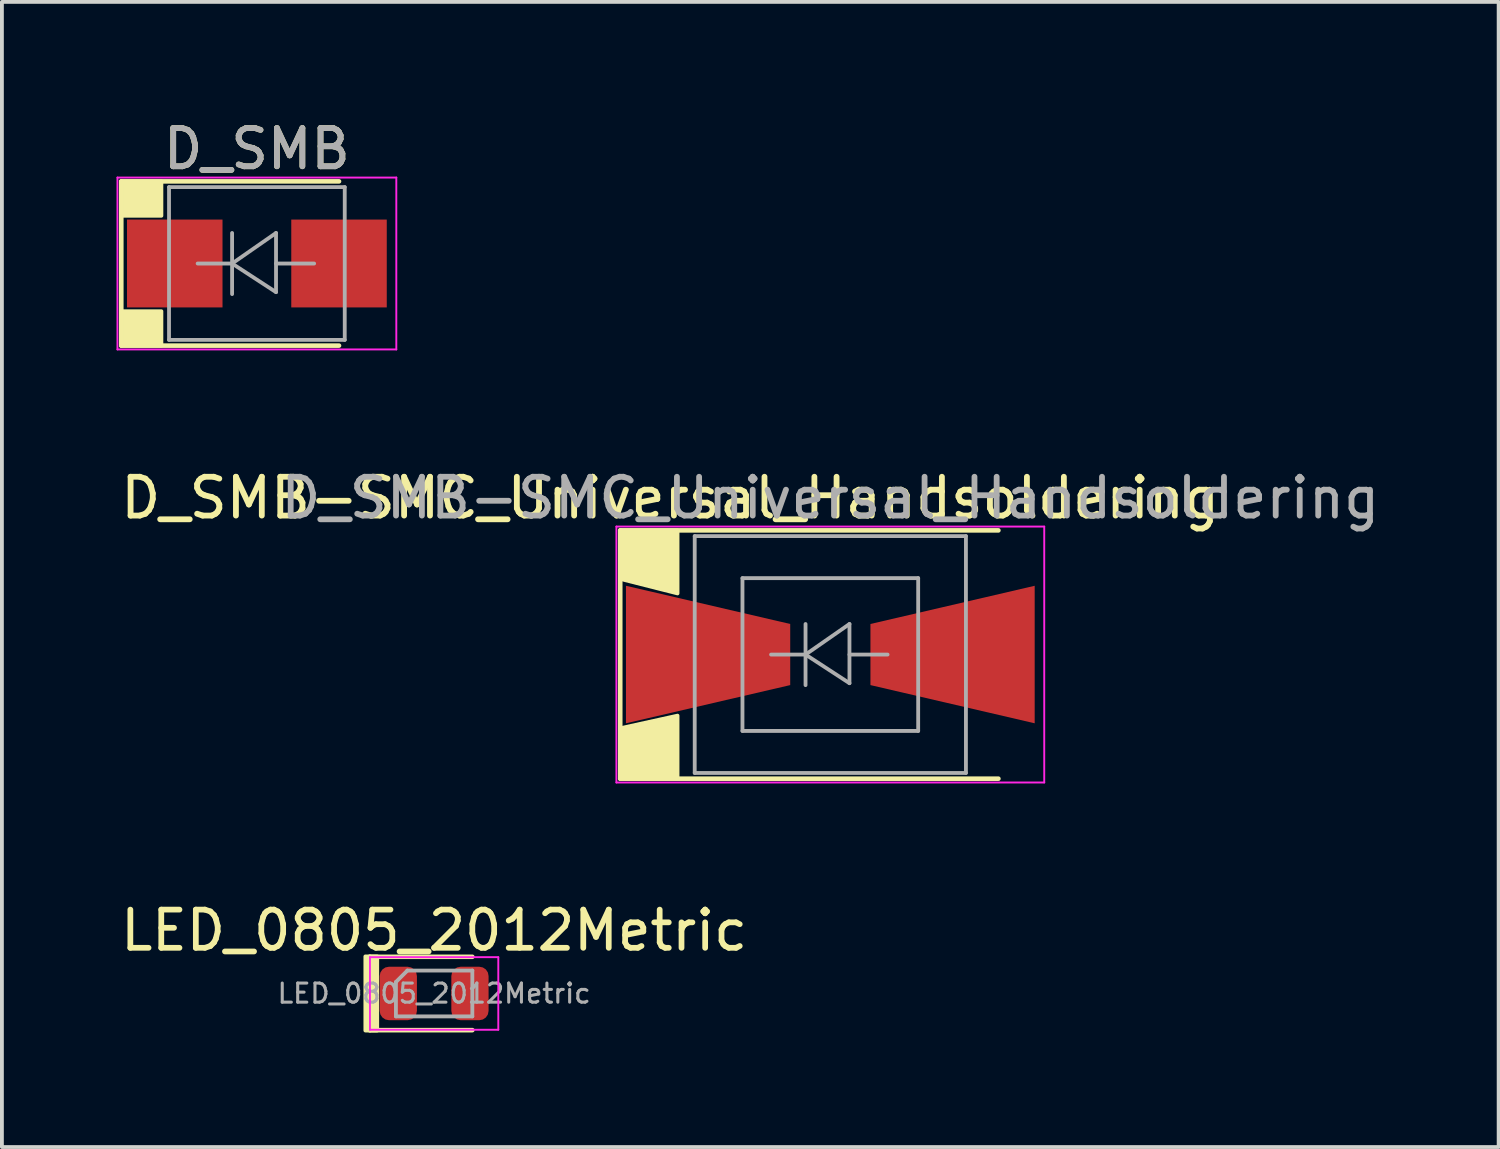
<source format=kicad_pcb>
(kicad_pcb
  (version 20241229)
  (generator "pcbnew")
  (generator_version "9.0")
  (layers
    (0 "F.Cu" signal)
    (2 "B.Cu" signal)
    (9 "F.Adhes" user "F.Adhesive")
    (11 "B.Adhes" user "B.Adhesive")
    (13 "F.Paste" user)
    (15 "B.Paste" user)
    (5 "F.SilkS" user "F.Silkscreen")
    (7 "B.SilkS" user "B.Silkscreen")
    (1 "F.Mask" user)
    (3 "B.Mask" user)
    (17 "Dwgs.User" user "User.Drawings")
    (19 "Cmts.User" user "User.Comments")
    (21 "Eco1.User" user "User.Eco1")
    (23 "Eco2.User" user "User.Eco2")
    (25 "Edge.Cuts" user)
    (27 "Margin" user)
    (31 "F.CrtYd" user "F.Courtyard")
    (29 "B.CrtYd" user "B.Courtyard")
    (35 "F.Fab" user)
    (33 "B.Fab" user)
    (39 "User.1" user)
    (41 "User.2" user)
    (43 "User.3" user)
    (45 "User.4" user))
  (footprint "D_SMB"
    (layer "F.Cu")
    (at 3.675 3.848)
    (property "Reference" "D_SMB" (at 0 -3 0) (layer "F.SilkS") (effects (font (size 1 1) (thickness 0.15))))
    (attr smd)
    (fp_line (start -3.55 -2.15) (end -3.55 2.15) (stroke (width 0.12) (type solid)) (layer "F.SilkS"))
    (fp_line (start -3.55 -2.15) (end 2.15 -2.15) (stroke (width 0.12) (type solid)) (layer "F.SilkS"))
    (fp_line (start -3.55 2.15) (end 2.15 2.15) (stroke (width 0.12) (type solid)) (layer "F.SilkS"))
    (fp_poly (pts (xy -2.5 -1.25) (xy -3.55 -1.25) (xy -3.55 -2.15) (xy -2.5 -2.15)) (stroke (width 0.1) (type solid)) (fill yes) (layer "F.SilkS"))
    (fp_poly (pts (xy -2.5 2.15) (xy -3.55 2.15) (xy -3.55 1.25) (xy -2.5 1.25)) (stroke (width 0.1) (type solid)) (fill yes) (layer "F.SilkS"))
    (fp_line (start -3.65 -2.25) (end 3.65 -2.25) (stroke (width 0.05) (type solid)) (layer "F.CrtYd"))
    (fp_line (start -3.65 2.25) (end -3.65 -2.25) (stroke (width 0.05) (type solid)) (layer "F.CrtYd"))
    (fp_line (start 3.65 -2.25) (end 3.65 2.25) (stroke (width 0.05) (type solid)) (layer "F.CrtYd"))
    (fp_line (start 3.65 2.25) (end -3.65 2.25) (stroke (width 0.05) (type solid)) (layer "F.CrtYd"))
    (fp_line (start -2.3 2) (end -2.3 -2) (stroke (width 0.1) (type solid)) (layer "F.Fab"))
    (fp_line (start -0.649 -0.799) (end -0.649 0.801) (stroke (width 0.1) (type solid)) (layer "F.Fab"))
    (fp_line (start -0.649 0.001) (end -1.551 0.001) (stroke (width 0.1) (type solid)) (layer "F.Fab"))
    (fp_line (start -0.649 0.001) (end 0.501 -0.799) (stroke (width 0.1) (type solid)) (layer "F.Fab"))
    (fp_line (start -0.649 0.001) (end 0.501 0.75) (stroke (width 0.1) (type solid)) (layer "F.Fab"))
    (fp_line (start 0.501 0.001) (end 1.499 0.001) (stroke (width 0.1) (type solid)) (layer "F.Fab"))
    (fp_line (start 0.501 0.75) (end 0.501 -0.799) (stroke (width 0.1) (type solid)) (layer "F.Fab"))
    (fp_line (start 2.3 -2) (end -2.3 -2) (stroke (width 0.1) (type solid)) (layer "F.Fab"))
    (fp_line (start 2.3 -2) (end 2.3 2) (stroke (width 0.1) (type solid)) (layer "F.Fab"))
    (fp_line (start 2.3 2) (end -2.3 2) (stroke (width 0.1) (type solid)) (layer "F.Fab"))
    (fp_text user "${REFERENCE}" (at 0 -3 0) (layer "F.Fab") (effects (font (size 1 1) (thickness 0.15))))
    (pad "A" smd rect (at 2.15 0) (size 2.5 2.3) (layers "F.Cu" "F.Mask" "F.Paste"))
    (pad "K" smd rect (at -2.15 0) (size 2.5 2.3) (layers "F.Cu" "F.Mask" "F.Paste")))
  (footprint "LED_0805_2012Metric"
    (layer "F.Cu")
    (at 8.315 22.958)
    (property "Reference" "LED_0805_2012Metric" (at 0 -1.65 0) (layer "F.SilkS") (effects (font (size 1 1) (thickness 0.15))))
    (attr smd)
    (fp_line (start -1.685 -0.96) (end -1.685 0.96) (stroke (width 0.12) (type solid)) (layer "F.SilkS"))
    (fp_line (start -1.685 0.96) (end 1 0.96) (stroke (width 0.12) (type solid)) (layer "F.SilkS"))
    (fp_line (start 1 -0.96) (end -1.685 -0.96) (stroke (width 0.12) (type solid)) (layer "F.SilkS"))
    (fp_poly (pts (xy -1.49 0.97) (xy -1.8 0.97) (xy -1.8 -0.97) (xy -1.49 -0.97)) (stroke (width 0.1) (type solid)) (fill yes) (layer "F.SilkS"))
    (fp_line (start -1.68 -0.95) (end 1.68 -0.95) (stroke (width 0.05) (type solid)) (layer "F.CrtYd"))
    (fp_line (start -1.68 0.95) (end -1.68 -0.95) (stroke (width 0.05) (type solid)) (layer "F.CrtYd"))
    (fp_line (start 1.68 -0.95) (end 1.68 0.95) (stroke (width 0.05) (type solid)) (layer "F.CrtYd"))
    (fp_line (start 1.68 0.95) (end -1.68 0.95) (stroke (width 0.05) (type solid)) (layer "F.CrtYd"))
    (fp_line (start -1 -0.3) (end -1 0.6) (stroke (width 0.1) (type solid)) (layer "F.Fab"))
    (fp_line (start -1 0.6) (end 1 0.6) (stroke (width 0.1) (type solid)) (layer "F.Fab"))
    (fp_line (start -0.7 -0.6) (end -1 -0.3) (stroke (width 0.1) (type solid)) (layer "F.Fab"))
    (fp_line (start 1 -0.6) (end -0.7 -0.6) (stroke (width 0.1) (type solid)) (layer "F.Fab"))
    (fp_line (start 1 0.6) (end 1 -0.6) (stroke (width 0.1) (type solid)) (layer "F.Fab"))
    (fp_text user "${REFERENCE}" (at 0 0 0) (layer "F.Fab") (effects (font (size 0.5 0.5) (thickness 0.08))))
    (pad "A" smd roundrect (at 0.938 0) (size 0.975 1.4) (layers "F.Cu" "F.Mask" "F.Paste") (roundrect_rratio 0.25))
    (pad "K" smd roundrect (at -0.938 0) (size 0.975 1.4) (layers "F.Cu" "F.Mask" "F.Paste") (roundrect_rratio 0.25)))
  (footprint "D_SMB-SMC_Universal_Handsoldering"
    (layer "F.Cu")
    (at 18.687 14.085)
    (property "Reference" "D_SMB-SMC_Universal_Handsoldering" (at -4.191 -4.1 0) (layer "F.SilkS") (effects (font (size 1.016 1.016) (thickness 0.152))))
    (attr smd)
    (fp_line (start -5.5 -3.25) (end 4.4 -3.25) (stroke (width 0.12) (type solid)) (layer "F.SilkS"))
    (fp_line (start -5.5 3.25) (end -5.5 -3.25) (stroke (width 0.12) (type solid)) (layer "F.SilkS"))
    (fp_line (start -5.5 3.25) (end 4.4 3.25) (stroke (width 0.12) (type solid)) (layer "F.SilkS"))
    (fp_poly (pts (xy -4 -1.6) (xy -5.5 -1.98) (xy -5.5 -3.25) (xy -4 -3.25)) (stroke (width 0.1) (type solid)) (fill yes) (layer "F.SilkS"))
    (fp_poly (pts (xy -4 3.25) (xy -5.5 3.25) (xy -5.5 1.93) (xy -4 1.6)) (stroke (width 0.1) (type solid)) (fill yes) (layer "F.SilkS"))
    (fp_line (start -5.6 -3.35) (end 5.6 -3.35) (stroke (width 0.05) (type solid)) (layer "F.CrtYd"))
    (fp_line (start -5.6 3.35) (end -5.6 -3.35) (stroke (width 0.05) (type solid)) (layer "F.CrtYd"))
    (fp_line (start 5.6 -3.35) (end 5.6 3.35) (stroke (width 0.05) (type solid)) (layer "F.CrtYd"))
    (fp_line (start 5.6 3.35) (end -5.6 3.35) (stroke (width 0.05) (type solid)) (layer "F.CrtYd"))
    (fp_line (start -3.55 3.1) (end -3.55 -3.1) (stroke (width 0.1) (type solid)) (layer "F.Fab"))
    (fp_line (start -2.3 2) (end -2.3 -2) (stroke (width 0.1) (type solid)) (layer "F.Fab"))
    (fp_line (start -0.649 -0.799) (end -0.649 0.801) (stroke (width 0.1) (type solid)) (layer "F.Fab"))
    (fp_line (start -0.649 0.001) (end -1.551 0.001) (stroke (width 0.1) (type solid)) (layer "F.Fab"))
    (fp_line (start -0.649 0.001) (end 0.501 -0.799) (stroke (width 0.1) (type solid)) (layer "F.Fab"))
    (fp_line (start -0.649 0.001) (end 0.501 0.75) (stroke (width 0.1) (type solid)) (layer "F.Fab"))
    (fp_line (start 0.501 0.001) (end 1.499 0.001) (stroke (width 0.1) (type solid)) (layer "F.Fab"))
    (fp_line (start 0.501 0.75) (end 0.501 -0.799) (stroke (width 0.1) (type solid)) (layer "F.Fab"))
    (fp_line (start 2.3 -2) (end -2.3 -2) (stroke (width 0.1) (type solid)) (layer "F.Fab"))
    (fp_line (start 2.3 -2) (end 2.3 2) (stroke (width 0.1) (type solid)) (layer "F.Fab"))
    (fp_line (start 2.3 2) (end -2.3 2) (stroke (width 0.1) (type solid)) (layer "F.Fab"))
    (fp_line (start 3.55 -3.1) (end -3.55 -3.1) (stroke (width 0.1) (type solid)) (layer "F.Fab"))
    (fp_line (start 3.55 -3.1) (end 3.55 3.1) (stroke (width 0.1) (type solid)) (layer "F.Fab"))
    (fp_line (start 3.55 3.1) (end -3.55 3.1) (stroke (width 0.1) (type solid)) (layer "F.Fab"))
    (fp_text user "${REFERENCE}" (at 0 -4.1 0) (layer "F.Fab") (effects (font (size 1.016 1.016) (thickness 0.152))))
    (pad "A" smd trapezoid (at 3.2 0 180) (size 4.3 2.6) (rect_delta 1 0) (layers "F.Cu" "F.Mask" "F.Paste"))
    (pad "K" smd trapezoid (at -3.2 0) (size 4.3 2.6) (rect_delta 1 0) (layers "F.Cu" "F.Mask" "F.Paste")))
  (gr_rect
    (start -3 -3)
    (end 36.183 26.978)
    (stroke (width 0.1) (type default))
    (fill no)
    (layer "Edge.Cuts")))
</source>
